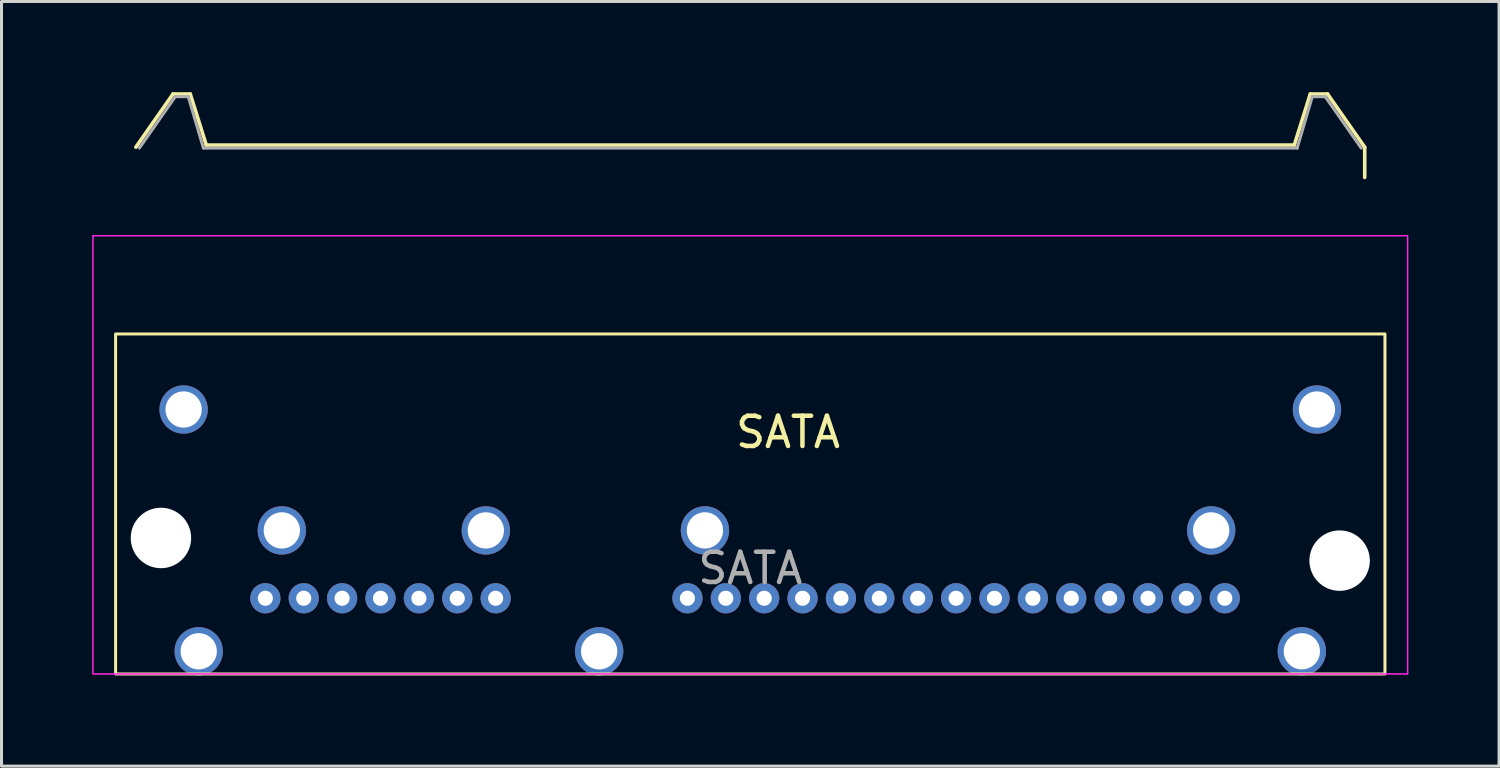
<source format=kicad_pcb>
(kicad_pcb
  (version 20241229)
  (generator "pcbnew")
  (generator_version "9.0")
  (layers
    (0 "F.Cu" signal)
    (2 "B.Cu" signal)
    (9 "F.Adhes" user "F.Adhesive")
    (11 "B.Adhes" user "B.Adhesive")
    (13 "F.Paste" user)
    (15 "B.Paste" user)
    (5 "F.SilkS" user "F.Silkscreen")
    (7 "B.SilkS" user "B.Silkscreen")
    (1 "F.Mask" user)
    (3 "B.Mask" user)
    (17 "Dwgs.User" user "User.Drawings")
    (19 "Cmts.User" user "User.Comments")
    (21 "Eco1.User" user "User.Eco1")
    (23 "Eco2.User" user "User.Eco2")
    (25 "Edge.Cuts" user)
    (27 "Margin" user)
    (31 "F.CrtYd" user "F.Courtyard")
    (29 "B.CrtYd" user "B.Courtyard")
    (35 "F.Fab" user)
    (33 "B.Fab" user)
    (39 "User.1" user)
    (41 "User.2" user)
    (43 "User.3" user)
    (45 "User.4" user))
  (footprint "SATA"
    (layer "F.Cu")
    (at 21.775 15.75)
    (property "Reference" "SATA" (at 1.25 -4.5 0) (layer "F.SilkS") (effects (font (size 1 1) (thickness 0.15))))
    (attr smd)
    (fp_line (start -20.33 -13.93) (end -19.1 -15.69) (stroke (width 0.12) (type solid)) (layer "F.SilkS"))
    (fp_line (start -19.1 -15.69) (end -18.53 -15.69) (stroke (width 0.12) (type solid)) (layer "F.SilkS"))
    (fp_line (start -18 -14) (end -18.53 -15.69) (stroke (width 0.12) (type solid)) (layer "F.SilkS"))
    (fp_line (start 18 -14) (end -18 -14) (stroke (width 0.12) (type solid)) (layer "F.SilkS"))
    (fp_line (start 18 -14) (end 18.53 -15.69) (stroke (width 0.12) (type solid)) (layer "F.SilkS"))
    (fp_line (start 19.1 -15.69) (end 18.53 -15.69) (stroke (width 0.12) (type solid)) (layer "F.SilkS"))
    (fp_line (start 20.33 -13.93) (end 19.1 -15.69) (stroke (width 0.12) (type solid)) (layer "F.SilkS"))
    (fp_line (start 20.33 -13.93) (end 20.33 -12.93) (stroke (width 0.12) (type solid)) (layer "F.SilkS"))
    (fp_rect (start -21 -7.75) (end 21 3.5) (stroke (width 0.1) (type default)) (fill no) (layer "F.SilkS"))
    (fp_rect (start -21.75 -11) (end 21.75 3.5) (stroke (width 0.05) (type default)) (fill no) (layer "F.CrtYd"))
    (fp_line (start -20.215 -13.9) (end -19.025 -15.6) (stroke (width 0.1) (type solid)) (layer "F.Fab"))
    (fp_line (start -18.595 -15.6) (end -19.025 -15.6) (stroke (width 0.1) (type solid)) (layer "F.Fab"))
    (fp_line (start -18.595 -15.6) (end -18.095 -13.9) (stroke (width 0.1) (type solid)) (layer "F.Fab"))
    (fp_line (start 18.095 -13.9) (end -18.095 -13.9) (stroke (width 0.1) (type solid)) (layer "F.Fab"))
    (fp_line (start 18.595 -15.6) (end 18.095 -13.9) (stroke (width 0.1) (type solid)) (layer "F.Fab"))
    (fp_line (start 18.595 -15.6) (end 19.025 -15.6) (stroke (width 0.1) (type solid)) (layer "F.Fab"))
    (fp_line (start 20.215 -13.9) (end 19.025 -15.6) (stroke (width 0.1) (type solid)) (layer "F.Fab"))
    (fp_text user "${REFERENCE}" (at 0 0 0) (layer "F.Fab") (effects (font (size 1 1) (thickness 0.15))))
    (pad "" np_thru_hole circle (at -19.5 -1) (size 2 2) (drill 2) (layers "*.Mask" "B.Cu"))
    (pad "" np_thru_hole circle (at 19.5 -0.25) (size 2 2) (drill 2) (layers "*.Mask" "B.Cu"))
    (pad "MP" thru_hole circle (at -18.75 -5.25) (size 1.6 1.6) (drill 1.2) (layers "*.Cu" "*.Mask"))
    (pad "MP" thru_hole circle (at -18.25 2.75) (size 1.6 1.6) (drill 1.2) (layers "*.Cu" "*.Mask"))
    (pad "MP" thru_hole circle (at -15.5 -1.25) (size 1.6 1.6) (drill 1.2) (layers "*.Cu" "*.Mask"))
    (pad "MP" thru_hole circle (at -8.75 -1.25) (size 1.6 1.6) (drill 1.2) (layers "*.Cu" "*.Mask"))
    (pad "MP" thru_hole circle (at -5 2.75) (size 1.6 1.6) (drill 1.2) (layers "*.Cu" "*.Mask"))
    (pad "MP" thru_hole circle (at -1.5 -1.25) (size 1.6 1.6) (drill 1.2) (layers "*.Cu" "*.Mask"))
    (pad "MP" thru_hole circle (at 15.25 -1.25) (size 1.6 1.6) (drill 1.2) (layers "*.Cu" "*.Mask"))
    (pad "MP" thru_hole circle (at 18.25 2.75) (size 1.6 1.6) (drill 1.2) (layers "*.Cu" "*.Mask"))
    (pad "MP" thru_hole circle (at 18.75 -5.25) (size 1.6 1.6) (drill 1.2) (layers "*.Cu" "*.Mask"))
    (pad "P1" thru_hole circle (at -2.08 0.995 180) (size 1 1) (drill 0.5) (layers "*.Cu" "*.Mask"))
    (pad "P2" thru_hole circle (at -0.81 0.995 180) (size 1 1) (drill 0.5) (layers "*.Cu" "*.Mask"))
    (pad "P3" thru_hole circle (at 0.46 0.995 180) (size 1 1) (drill 0.5) (layers "*.Cu" "*.Mask"))
    (pad "P4" thru_hole circle (at 1.73 0.995 180) (size 1 1) (drill 0.5) (layers "*.Cu" "*.Mask"))
    (pad "P5" thru_hole circle (at 3 0.995 180) (size 1 1) (drill 0.5) (layers "*.Cu" "*.Mask"))
    (pad "P6" thru_hole circle (at 4.27 0.995 180) (size 1 1) (drill 0.5) (layers "*.Cu" "*.Mask"))
    (pad "P7" thru_hole circle (at 5.54 0.995 180) (size 1 1) (drill 0.5) (layers "*.Cu" "*.Mask"))
    (pad "P8" thru_hole circle (at 6.81 0.995 180) (size 1 1) (drill 0.5) (layers "*.Cu" "*.Mask"))
    (pad "P9" thru_hole circle (at 8.08 0.995 180) (size 1 1) (drill 0.5) (layers "*.Cu" "*.Mask"))
    (pad "P10" thru_hole circle (at 9.35 0.995 180) (size 1 1) (drill 0.5) (layers "*.Cu" "*.Mask"))
    (pad "P11" thru_hole circle (at 10.62 0.995 180) (size 1 1) (drill 0.5) (layers "*.Cu" "*.Mask"))
    (pad "P12" thru_hole circle (at 11.89 0.995 180) (size 1 1) (drill 0.5) (layers "*.Cu" "*.Mask"))
    (pad "P13" thru_hole circle (at 13.16 0.995 180) (size 1 1) (drill 0.5) (layers "*.Cu" "*.Mask"))
    (pad "P14" thru_hole circle (at 14.43 0.995 180) (size 1 1) (drill 0.5) (layers "*.Cu" "*.Mask"))
    (pad "P15" thru_hole circle (at 15.7 0.995 180) (size 1 1) (drill 0.5) (layers "*.Cu" "*.Mask"))
    (pad "S1" thru_hole circle (at -16.045 0.995 180) (size 1 1) (drill 0.5) (layers "*.Cu" "*.Mask"))
    (pad "S2" thru_hole circle (at -14.775 0.995 180) (size 1 1) (drill 0.5) (layers "*.Cu" "*.Mask"))
    (pad "S3" thru_hole circle (at -13.505 0.995 180) (size 1 1) (drill 0.5) (layers "*.Cu" "*.Mask"))
    (pad "S4" thru_hole circle (at -12.235 0.995 180) (size 1 1) (drill 0.5) (layers "*.Cu" "*.Mask"))
    (pad "S5" thru_hole circle (at -10.965 0.995 180) (size 1 1) (drill 0.5) (layers "*.Cu" "*.Mask"))
    (pad "S6" thru_hole circle (at -9.695 0.995 180) (size 1 1) (drill 0.5) (layers "*.Cu" "*.Mask"))
    (pad "S7" thru_hole circle (at -8.425 0.995 180) (size 1 1) (drill 0.5) (layers "*.Cu" "*.Mask")))
  (gr_rect
    (start -3 -3)
    (end 46.55 22.3)
    (stroke (width 0.1) (type default))
    (fill no)
    (layer "Edge.Cuts")))
</source>
